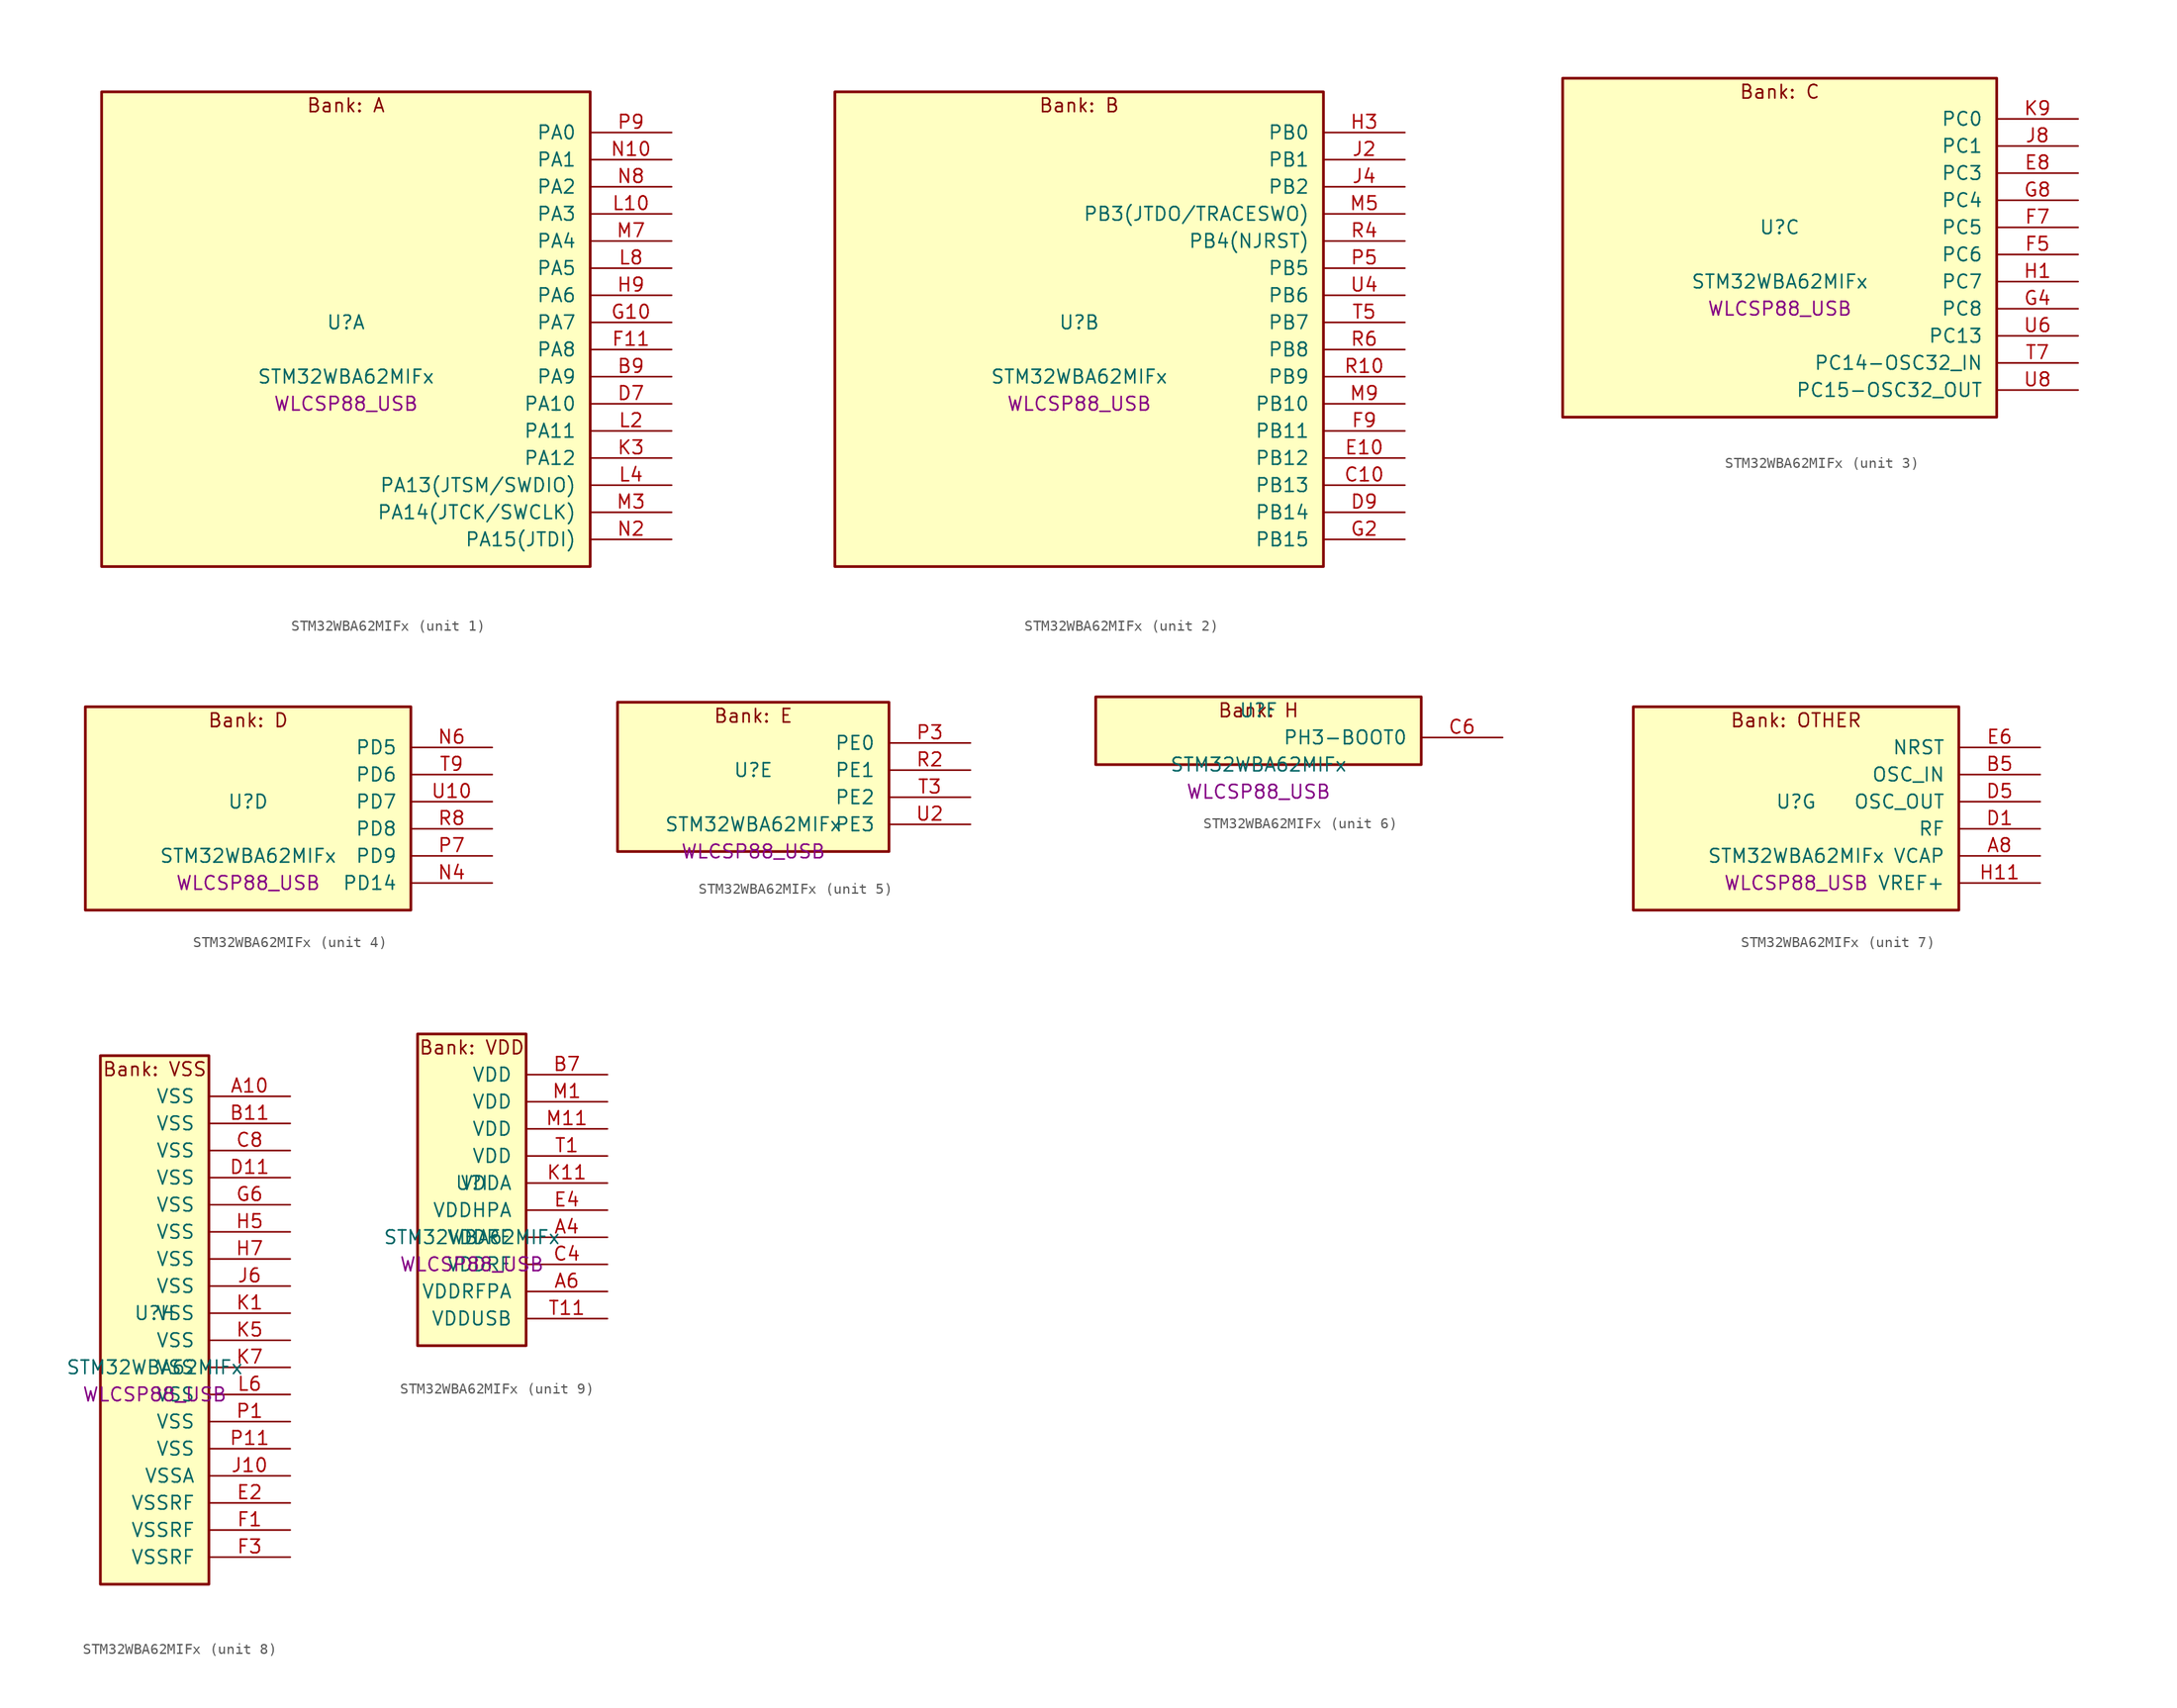
<source format=kicad_sym>
(kicad_symbol_lib
  (version 20241209)
  (generator "stm32_pkl_generator")
  (generator_version "1.0")
  (symbol "STM32WBA62MIFx"
    (pin_names
      (offset 1.27))
    (property "Reference" "U"
      (at 0 2.54 0))
    (property "Value" "STM32WBA62MIFx"
      (at 0 -2.54 0))
    (property "Footprint" "WLCSP88_USB"
      (at 0 -5.08 0))
    (symbol "STM32WBA62MIFx_1_1"
      (rectangle (start -22.86 24.13) (end 22.86 -20.32) (stroke (width 0.254) (type solid)) (fill (type background)))
      (text "Bank: A" (at 0 22.86 0))
      (pin bidirectional line (at 30.48 20.32 180) (length 7.62) (name "PA0") (number "P9") (alternate "PA0/ADC4_IN9" bidirectional line) (alternate "PA0/COMP2_INP" bidirectional line) (alternate "PA0/LPTIM1_IN1" bidirectional line) (alternate "PA0/LPUART1_CTS" bidirectional line) (alternate "PA0/PWR_WKUP1" bidirectional line) (alternate "PA0/SPI3_SCK" bidirectional line) (alternate "PA0/TIM1_CH2N" bidirectional line) (alternate "PA0/TIM3_CH3" bidirectional line) (alternate "PA0/TIM3_ETR" bidirectional line) (alternate "PA0/TSC_G2_IO2" bidirectional line))
      (pin bidirectional line (at 30.48 17.78 180) (length 7.62) (name "PA1") (number "N10") (alternate "PA1/ADC4_IN8" bidirectional line) (alternate "PA1/COMP1_INM" bidirectional line) (alternate "PA1/LPTIM2_CH2" bidirectional line) (alternate "PA1/LPUART1_RX" bidirectional line) (alternate "PA1/PWR_WKUP3" bidirectional line) (alternate "PA1/SAI1_CK1" bidirectional line) (alternate "PA1/SPI1_RDY" bidirectional line) (alternate "PA1/SPI3_MISO" bidirectional line) (alternate "PA1/TIM17_CH1" bidirectional line) (alternate "PA1/TIM1_CH1N" bidirectional line) (alternate "PA1/TIM3_CH2" bidirectional line) (alternate "PA1/TSC_G2_IO1" bidirectional line) (alternate "PA1/USART1_CK" bidirectional line))
      (pin bidirectional line (at 30.48 15.24 180) (length 7.62) (name "PA2") (number "N8") (alternate "PA2/ADC4_IN7" bidirectional line) (alternate "PA2/COMP1_INP" bidirectional line) (alternate "PA2/LPUART1_TX" bidirectional line) (alternate "PA2/PWR_WKUP4" bidirectional line) (alternate "PA2/RCC_LSCO" bidirectional line) (alternate "PA2/SAI1_D1" bidirectional line) (alternate "PA2/TIM16_CH1" bidirectional line) (alternate "PA2/TIM1_BKIN" bidirectional line) (alternate "PA2/TIM3_CH1" bidirectional line) (alternate "PA2/TSC_G4_IO4" bidirectional line) (alternate "PA2/USART1_DE" bidirectional line) (alternate "PA2/USART1_RTS" bidirectional line))
      (pin bidirectional line (at 30.48 12.7 180) (length 7.62) (name "PA3") (number "L10") (alternate "PA3/ADC4_IN6" bidirectional line) (alternate "PA3/PWR_WKUP5" bidirectional line) (alternate "PA3/TIM16_CH1N" bidirectional line) (alternate "PA3/TSC_G4_IO2" bidirectional line) (alternate "PA3/USART1_DE" bidirectional line) (alternate "PA3/USART1_RTS" bidirectional line))
      (pin bidirectional line (at 30.48 10.16 180) (length 7.62) (name "PA4") (number "M7") (alternate "PA4/ADC4_IN5" bidirectional line) (alternate "PA4/AUDIOCLK" bidirectional line) (alternate "PA4/PWR_WKUP2" bidirectional line) (alternate "PA4/TAMP_IN6" bidirectional line) (alternate "PA4/TAMP_OUT3" bidirectional line) (alternate "PA4/TIM16_CH1" bidirectional line) (alternate "PA4/TSC_G4_IO1" bidirectional line) (alternate "PA4/USART1_CTS" bidirectional line))
      (pin bidirectional line (at 30.48 7.62 180) (length 7.62) (name "PA5") (number "L8") (alternate "PA5/ADC4_IN4" bidirectional line) (alternate "PA5/AUDIOCLK" bidirectional line) (alternate "PA5/LPTIM2_ETR" bidirectional line) (alternate "PA5/PWR_CSLEEP" bidirectional line) (alternate "PA5/PWR_WKUP6" bidirectional line) (alternate "PA5/SAI1_D2" bidirectional line) (alternate "PA5/SPI3_NSS" bidirectional line) (alternate "PA5/TIM2_CH1" bidirectional line) (alternate "PA5/TIM2_ETR" bidirectional line) (alternate "PA5/TSC_G1_IO4" bidirectional line) (alternate "PA5/USART1_CK" bidirectional line) (alternate "PA5/USART3_RX" bidirectional line))
      (pin bidirectional line (at 30.48 5.08 180) (length 7.62) (name "PA6") (number "H9") (alternate "PA6/ADC4_IN3" bidirectional line) (alternate "PA6/I2C3_SCL" bidirectional line) (alternate "PA6/PWR_CSTOP" bidirectional line) (alternate "PA6/PWR_WKUP7" bidirectional line) (alternate "PA6/SAI1_CK2" bidirectional line) (alternate "PA6/SAI1_MCLK_A" bidirectional line) (alternate "PA6/SPI3_RDY" bidirectional line) (alternate "PA6/TIM2_CH4" bidirectional line) (alternate "PA6/TSC_G1_IO3" bidirectional line) (alternate "PA6/USART1_DE" bidirectional line) (alternate "PA6/USART1_RTS" bidirectional line) (alternate "PA6/USART3_CTS" bidirectional line))
      (pin bidirectional line (at 30.48 2.54 180) (length 7.62) (name "PA7") (number "G10") (alternate "PA7/ADC4_IN2" bidirectional line) (alternate "PA7/COMP1_OUT" bidirectional line) (alternate "PA7/I2C3_SDA" bidirectional line) (alternate "PA7/PWR_WKUP8" bidirectional line) (alternate "PA7/SAI1_SCK_A" bidirectional line) (alternate "PA7/SPI3_SCK" bidirectional line) (alternate "PA7/TAMP_IN1" bidirectional line) (alternate "PA7/TAMP_OUT2" bidirectional line) (alternate "PA7/TIM2_CH3" bidirectional line) (alternate "PA7/TSC_G1_IO2" bidirectional line) (alternate "PA7/USART1_CTS" bidirectional line) (alternate "PA7/USART3_TX" bidirectional line))
      (pin bidirectional line (at 30.48 0 180) (length 7.62) (name "PA8") (number "F11") (alternate "PA8/ADC4_IN1" bidirectional line) (alternate "PA8/LPTIM1_CH2" bidirectional line) (alternate "PA8/RCC_MCO" bidirectional line) (alternate "PA8/SAI1_FS_A" bidirectional line) (alternate "PA8/SPI3_RDY" bidirectional line) (alternate "PA8/TIM2_CH2" bidirectional line) (alternate "PA8/TSC_G1_IO1" bidirectional line) (alternate "PA8/USART1_RX" bidirectional line) (alternate "PA8/USB_OTG_HS_SOF" bidirectional line))
      (pin bidirectional line (at 30.48 -2.54 180) (length 7.62) (name "PA9") (number "B9") (alternate "PA9/LPUART1_DE" bidirectional line) (alternate "PA9/LPUART1_RTS" bidirectional line) (alternate "PA9/SAI1_CK1" bidirectional line) (alternate "PA9/SPI2_MISO" bidirectional line) (alternate "PA9/SPI2_SCK" bidirectional line) (alternate "PA9/TIM3_CH2" bidirectional line))
      (pin bidirectional line (at 30.48 -5.08 180) (length 7.62) (name "PA10") (number "D7") (alternate "PA10/LPUART1_RX" bidirectional line) (alternate "PA10/SAI1_D1" bidirectional line) (alternate "PA10/SPI2_NSS" bidirectional line) (alternate "PA10/TIM3_CH1" bidirectional line))
      (pin bidirectional line (at 30.48 -7.62 180) (length 7.62) (name "PA11") (number "L2") (alternate "PA11/LPTIM2_CH1" bidirectional line) (alternate "PA11/RF_ANTSW1" bidirectional line) (alternate "PA11/TIM1_CH1" bidirectional line) (alternate "PA11/USART2_RX" bidirectional line))
      (pin bidirectional line (at 30.48 -10.16 180) (length 7.62) (name "PA12") (number "K3") (alternate "PA12/COMP2_OUT" bidirectional line) (alternate "PA12/PTA_STATUS" bidirectional line) (alternate "PA12/PWR_WKUP6" bidirectional line) (alternate "PA12/RF_ANTSW0" bidirectional line) (alternate "PA12/SPI1_NSS" bidirectional line) (alternate "PA12/TIM1_CH2" bidirectional line) (alternate "PA12/TSC_G3_IO4" bidirectional line) (alternate "PA12/USART2_TX" bidirectional line))
      (pin bidirectional line (at 30.48 -12.7 180) (length 7.62) (name "PA13(JTSM/SWDIO)") (number "L4") (alternate "PA13(JTSM/SWDIO)/DEBUG_JTMS-SWDIO" bidirectional line) (alternate "PA13(JTSM/SWDIO)/IR_OUT" bidirectional line) (alternate "PA13(JTSM/SWDIO)/PTA_PRIORITY" bidirectional line))
      (pin bidirectional line (at 30.48 -15.24 180) (length 7.62) (name "PA14(JTCK/SWCLK)") (number "M3") (alternate "PA14(JTCK/SWCLK)/COMP2_OUT" bidirectional line) (alternate "PA14(JTCK/SWCLK)/DEBUG_JTCK-SWCLK" bidirectional line) (alternate "PA14(JTCK/SWCLK)/I2C4_SMBA" bidirectional line) (alternate "PA14(JTCK/SWCLK)/PTA_STATUS" bidirectional line) (alternate "PA14(JTCK/SWCLK)/TAMP_IN3" bidirectional line) (alternate "PA14(JTCK/SWCLK)/TAMP_OUT6" bidirectional line) (alternate "PA14(JTCK/SWCLK)/USART2_TX" bidirectional line) (alternate "PA14(JTCK/SWCLK)/USB_OTG_HS_SOF" bidirectional line))
      (pin bidirectional line (at 30.48 -17.78 180) (length 7.62) (name "PA15(JTDI)") (number "N2") (alternate "PA15(JTDI)/ADC4_EXTI15" bidirectional line) (alternate "PA15(JTDI)/DEBUG_JTDI" bidirectional line) (alternate "PA15(JTDI)/I2C1_SCL" bidirectional line) (alternate "PA15(JTDI)/LPTIM1_CH2" bidirectional line) (alternate "PA15(JTDI)/PTA_STATUS" bidirectional line) (alternate "PA15(JTDI)/SPI1_MOSI" bidirectional line) (alternate "PA15(JTDI)/TIM17_BKIN" bidirectional line) (alternate "PA15(JTDI)/TIM1_ETR" bidirectional line) (alternate "PA15(JTDI)/TSC_G3_IO3" bidirectional line) (alternate "PA15(JTDI)/USART2_DE" bidirectional line) (alternate "PA15(JTDI)/USART2_RTS" bidirectional line) (alternate "PA15(JTDI)/USART3_DE" bidirectional line) (alternate "PA15(JTDI)/USART3_RTS" bidirectional line)))
    (symbol "STM32WBA62MIFx_2_1"
      (rectangle (start -22.86 24.13) (end 22.86 -20.32) (stroke (width 0.254) (type solid)) (fill (type background)))
      (text "Bank: B" (at 0 22.86 0))
      (pin bidirectional line (at 30.48 20.32 180) (length 7.62) (name "PB0") (number "H3") (alternate "PB0/LPTIM2_IN2" bidirectional line) (alternate "PB0/SPI2_MOSI" bidirectional line) (alternate "PB0/TIM1_CH3N" bidirectional line) (alternate "PB0/USART2_TX" bidirectional line) (alternate "PB0/USART3_CK" bidirectional line))
      (pin bidirectional line (at 30.48 17.78 180) (length 7.62) (name "PB1") (number "J2") (alternate "PB1/I2C1_SDA" bidirectional line) (alternate "PB1/I2C3_SDA" bidirectional line) (alternate "PB1/PWR_WKUP4" bidirectional line) (alternate "PB1/TIM1_CH2N" bidirectional line) (alternate "PB1/USART2_DE" bidirectional line) (alternate "PB1/USART2_RTS" bidirectional line) (alternate "PB1/USART3_DE" bidirectional line) (alternate "PB1/USART3_RTS" bidirectional line))
      (pin bidirectional line (at 30.48 15.24 180) (length 7.62) (name "PB2") (number "J4") (alternate "PB2/I2C1_SCL" bidirectional line) (alternate "PB2/I2C3_SCL" bidirectional line) (alternate "PB2/PWR_WKUP1" bidirectional line) (alternate "PB2/RF_ANTSW2" bidirectional line) (alternate "PB2/RTC_OUT2" bidirectional line) (alternate "PB2/TIM1_CH1N" bidirectional line) (alternate "PB2/USART2_CTS" bidirectional line))
      (pin bidirectional line (at 30.48 12.7 180) (length 7.62) (name "PB3(JTDO/TRACESWO)") (number "M5") (alternate "PB3(JTDO/TRACESWO)/DEBUG_JTDO-SWO" bidirectional line) (alternate "PB3(JTDO/TRACESWO)/I2C1_SDA" bidirectional line) (alternate "PB3(JTDO/TRACESWO)/LPTIM1_IN2" bidirectional line) (alternate "PB3(JTDO/TRACESWO)/PTA_ACTIVE" bidirectional line) (alternate "PB3(JTDO/TRACESWO)/SPI1_MISO" bidirectional line) (alternate "PB3(JTDO/TRACESWO)/TIM17_CH1N" bidirectional line) (alternate "PB3(JTDO/TRACESWO)/TIM1_CH4" bidirectional line) (alternate "PB3(JTDO/TRACESWO)/TSC_G3_IO2" bidirectional line) (alternate "PB3(JTDO/TRACESWO)/USART2_CK" bidirectional line))
      (pin bidirectional line (at 30.48 10.16 180) (length 7.62) (name "PB4(NJRST)") (number "R4") (alternate "PB4(NJRST)/DEBUG_NJTRST" bidirectional line) (alternate "PB4(NJRST)/LPTIM2_IN2" bidirectional line) (alternate "PB4(NJRST)/PTA_ACTIVE" bidirectional line) (alternate "PB4(NJRST)/PTA_PRIORITY" bidirectional line) (alternate "PB4(NJRST)/SAI1_MCLK_B" bidirectional line) (alternate "PB4(NJRST)/SPI1_SCK" bidirectional line) (alternate "PB4(NJRST)/TIM17_CH1" bidirectional line) (alternate "PB4(NJRST)/TIM1_CH3" bidirectional line) (alternate "PB4(NJRST)/TSC_G3_IO1" bidirectional line) (alternate "PB4(NJRST)/USART2_RX" bidirectional line))
      (pin bidirectional line (at 30.48 7.62 180) (length 7.62) (name "PB5") (number "P5") (alternate "PB5/LPUART1_TX" bidirectional line) (alternate "PB5/SAI1_D2" bidirectional line) (alternate "PB5/SAI1_FS_B" bidirectional line) (alternate "PB5/TIM3_CH1" bidirectional line) (alternate "PB5/TSC_G5_IO4" bidirectional line))
      (pin bidirectional line (at 30.48 5.08 180) (length 7.62) (name "PB6") (number "U4") (alternate "PB6/PWR_WKUP3" bidirectional line) (alternate "PB6/SAI1_SCK_B" bidirectional line) (alternate "PB6/TIM2_CH1" bidirectional line) (alternate "PB6/TIM2_ETR" bidirectional line) (alternate "PB6/TIM4_CH1" bidirectional line) (alternate "PB6/TSC_G5_IO3" bidirectional line))
      (pin bidirectional line (at 30.48 2.54 180) (length 7.62) (name "PB7") (number "T5") (alternate "PB7/PWR_WKUP5" bidirectional line) (alternate "PB7/SAI1_SD_B" bidirectional line) (alternate "PB7/TAMP_IN5" bidirectional line) (alternate "PB7/TAMP_OUT4" bidirectional line) (alternate "PB7/TIM1_CH4N" bidirectional line) (alternate "PB7/TIM4_CH2" bidirectional line) (alternate "PB7/TSC_G5_IO2" bidirectional line))
      (pin bidirectional line (at 30.48 0 180) (length 7.62) (name "PB8") (number "R6") (alternate "PB8/COMP1_OUT" bidirectional line) (alternate "PB8/LPTIM1_ETR" bidirectional line) (alternate "PB8/PWR_PVD_IN" bidirectional line) (alternate "PB8/SPI3_MOSI" bidirectional line) (alternate "PB8/TIM16_CH1N" bidirectional line) (alternate "PB8/TIM1_CH1" bidirectional line) (alternate "PB8/TIM3_ETR" bidirectional line) (alternate "PB8/TIM4_CH3" bidirectional line) (alternate "PB8/TSC_G2_IO4" bidirectional line) (alternate "PB8/USART2_RX" bidirectional line))
      (pin bidirectional line (at 30.48 -2.54 180) (length 7.62) (name "PB9") (number "R10") (alternate "PB9/ADC4_IN10" bidirectional line) (alternate "PB9/COMP2_INM" bidirectional line) (alternate "PB9/IR_OUT" bidirectional line) (alternate "PB9/LPTIM2_IN1" bidirectional line) (alternate "PB9/LPUART1_DE" bidirectional line) (alternate "PB9/LPUART1_RTS" bidirectional line) (alternate "PB9/PWR_WKUP8" bidirectional line) (alternate "PB9/SPI2_NSS" bidirectional line) (alternate "PB9/SPI3_MISO" bidirectional line) (alternate "PB9/TIM16_CH1" bidirectional line) (alternate "PB9/TIM1_CH3N" bidirectional line) (alternate "PB9/TIM3_CH4" bidirectional line) (alternate "PB9/TIM4_CH4" bidirectional line) (alternate "PB9/TSC_G2_IO3" bidirectional line))
      (pin bidirectional line (at 30.48 -5.08 180) (length 7.62) (name "PB10") (number "M9") (alternate "PB10/I2C2_SCL" bidirectional line) (alternate "PB10/I2C4_SCL" bidirectional line) (alternate "PB10/SPI2_SCK" bidirectional line) (alternate "PB10/TIM16_BKIN" bidirectional line) (alternate "PB10/TSC_G4_IO3" bidirectional line) (alternate "PB10/USART1_CK" bidirectional line) (alternate "PB10/USART3_TX" bidirectional line))
      (pin bidirectional line (at 30.48 -7.62 180) (length 7.62) (name "PB11") (number "F9") (alternate "PB11/I2C2_SDA" bidirectional line) (alternate "PB11/I2C4_SDA" bidirectional line) (alternate "PB11/LPTIM1_CH1" bidirectional line) (alternate "PB11/LPTIM1_ETR" bidirectional line) (alternate "PB11/LPUART1_TX" bidirectional line) (alternate "PB11/SPI2_RDY" bidirectional line) (alternate "PB11/USART3_RX" bidirectional line))
      (pin bidirectional line (at 30.48 -10.16 180) (length 7.62) (name "PB12") (number "E10") (alternate "PB12/I2C2_SMBA" bidirectional line) (alternate "PB12/SAI1_SD_A" bidirectional line) (alternate "PB12/SPI1_RDY" bidirectional line) (alternate "PB12/SPI2_NSS" bidirectional line) (alternate "PB12/TIM2_CH1" bidirectional line) (alternate "PB12/TIM2_ETR" bidirectional line) (alternate "PB12/TIM3_ETR" bidirectional line) (alternate "PB12/TSC_SYNC" bidirectional line) (alternate "PB12/USART1_TX" bidirectional line) (alternate "PB12/USART3_CK" bidirectional line))
      (pin bidirectional line (at 30.48 -12.7 180) (length 7.62) (name "PB13") (number "C10") (alternate "PB13/I2C2_SCL" bidirectional line) (alternate "PB13/SPI2_SCK" bidirectional line) (alternate "PB13/TIM3_CH4" bidirectional line) (alternate "PB13/TSC_G6_IO2" bidirectional line) (alternate "PB13/USART3_CTS" bidirectional line))
      (pin bidirectional line (at 30.48 -15.24 180) (length 7.62) (name "PB14") (number "D9") (alternate "PB14/I2C2_SDA" bidirectional line) (alternate "PB14/PWR_WKUP7" bidirectional line) (alternate "PB14/RTC_REFIN" bidirectional line) (alternate "PB14/SAI1_SD_A" bidirectional line) (alternate "PB14/SPI2_MISO" bidirectional line) (alternate "PB14/TIM3_CH3" bidirectional line) (alternate "PB14/TSC_G6_IO1" bidirectional line) (alternate "PB14/USART1_TX" bidirectional line) (alternate "PB14/USART3_DE" bidirectional line) (alternate "PB14/USART3_RTS" bidirectional line))
      (pin bidirectional line (at 30.48 -17.78 180) (length 7.62) (name "PB15") (number "G2") (alternate "PB15/ADC4_EXTI15" bidirectional line) (alternate "PB15/I2C1_SMBA" bidirectional line) (alternate "PB15/I2C3_SMBA" bidirectional line) (alternate "PB15/LPUART1_CTS" bidirectional line) (alternate "PB15/PTA_GRANT" bidirectional line) (alternate "PB15/RF_EXTPABYP" bidirectional line) (alternate "PB15/TIM16_BKIN" bidirectional line) (alternate "PB15/TIM1_BKIN2" bidirectional line) (alternate "PB15/USART2_CTS" bidirectional line)))
    (symbol "STM32WBA62MIFx_3_1"
      (rectangle (start -20.32 16.51) (end 20.32 -15.24) (stroke (width 0.254) (type solid)) (fill (type background)))
      (text "Bank: C" (at 0 15.24 0))
      (pin bidirectional line (at 27.94 12.7 180) (length 7.62) (name "PC0") (number "K9") (alternate "PC0/I2C3_SCL" bidirectional line) (alternate "PC0/LPTIM1_IN1" bidirectional line) (alternate "PC0/LPTIM2_IN1" bidirectional line) (alternate "PC0/LPUART1_RX" bidirectional line) (alternate "PC0/SPI2_RDY" bidirectional line))
      (pin bidirectional line (at 27.94 10.16 180) (length 7.62) (name "PC1") (number "J8") (alternate "PC1/I2C3_SDA" bidirectional line) (alternate "PC1/LPTIM1_CH1" bidirectional line) (alternate "PC1/LPUART1_TX" bidirectional line) (alternate "PC1/SAI1_SD_A" bidirectional line) (alternate "PC1/SPI2_MOSI" bidirectional line))
      (pin bidirectional line (at 27.94 7.62 180) (length 7.62) (name "PC3") (number "E8") (alternate "PC3/LPTIM1_ETR" bidirectional line) (alternate "PC3/LPTIM2_ETR" bidirectional line) (alternate "PC3/SAI1_D1" bidirectional line) (alternate "PC3/SAI1_SD_A" bidirectional line) (alternate "PC3/SPI2_MOSI" bidirectional line) (alternate "PC3/SPI3_MOSI" bidirectional line) (alternate "PC3/TIM3_CH1" bidirectional line))
      (pin bidirectional line (at 27.94 5.08 180) (length 7.62) (name "PC4") (number "G8") (alternate "PC4/LPTIM2_CH2" bidirectional line) (alternate "PC4/SAI1_D2" bidirectional line) (alternate "PC4/SAI1_FS_A" bidirectional line) (alternate "PC4/SPI3_MISO" bidirectional line) (alternate "PC4/TIM3_CH2" bidirectional line) (alternate "PC4/USART3_TX" bidirectional line))
      (pin bidirectional line (at 27.94 2.54 180) (length 7.62) (name "PC5") (number "F7") (alternate "PC5/SAI1_D3" bidirectional line) (alternate "PC5/SAI1_SD_B" bidirectional line) (alternate "PC5/TIM1_CH4N" bidirectional line) (alternate "PC5/USART3_RX" bidirectional line))
      (pin bidirectional line (at 27.94 0 180) (length 7.62) (name "PC6") (number "F5") (alternate "PC6/PWR_CSLEEP" bidirectional line) (alternate "PC6/TIM3_CH1" bidirectional line))
      (pin bidirectional line (at 27.94 -2.54 180) (length 7.62) (name "PC7") (number "H1") (alternate "PC7/LPTIM2_CH2" bidirectional line) (alternate "PC7/PWR_CSTOP" bidirectional line) (alternate "PC7/TIM3_CH2" bidirectional line) (alternate "PC7/USART2_DE" bidirectional line) (alternate "PC7/USART2_RTS" bidirectional line))
      (pin bidirectional line (at 27.94 -5.08 180) (length 7.62) (name "PC8") (number "G4") (alternate "PC8/TIM3_CH3" bidirectional line) (alternate "PC8/USART2_RX" bidirectional line))
      (pin bidirectional line (at 27.94 -7.62 180) (length 7.62) (name "PC13") (number "U6") (alternate "PC13/PWR_WKUP2" bidirectional line) (alternate "PC13/RTC_OUT1" bidirectional line) (alternate "PC13/RTC_TS" bidirectional line) (alternate "PC13/TAMP_IN4" bidirectional line) (alternate "PC13/TAMP_OUT5" bidirectional line) (alternate "PC13/TIM1_BKIN2" bidirectional line) (alternate "PC13/TSC_G5_IO1" bidirectional line))
      (pin bidirectional line (at 27.94 -10.16 180) (length 7.62) (name "PC14-OSC32_IN") (number "T7") (alternate "PC14-OSC32_IN/RCC_OSC32_IN" bidirectional line))
      (pin bidirectional line (at 27.94 -12.7 180) (length 7.62) (name "PC15-OSC32_OUT") (number "U8") (alternate "PC15-OSC32_OUT/ADC4_EXTI15" bidirectional line) (alternate "PC15-OSC32_OUT/RCC_OSC32_OUT" bidirectional line)))
    (symbol "STM32WBA62MIFx_4_1"
      (rectangle (start -15.24 11.43) (end 15.24 -7.62) (stroke (width 0.254) (type solid)) (fill (type background)))
      (text "Bank: D" (at 0 10.16 0))
      (pin bidirectional line (at 22.86 7.62 180) (length 7.62) (name "PD5") (number "N6") (alternate "PD5/SAI1_D1" bidirectional line) (alternate "PD5/SAI1_SD_A" bidirectional line) (alternate "PD5/SPI3_MOSI" bidirectional line) (alternate "PD5/USART2_RX" bidirectional line))
      (pin bidirectional line (at 22.86 5.08 180) (length 7.62) (name "PD6") (number "T9") (alternate "PD6/USB_OTG_HS_DP" bidirectional line))
      (pin bidirectional line (at 22.86 2.54 180) (length 7.62) (name "PD7") (number "U10") (alternate "PD7/USB_OTG_HS_DM" bidirectional line))
      (pin bidirectional line (at 22.86 0 180) (length 7.62) (name "PD8") (number "R8") (alternate "PD8/USART2_CK" bidirectional line) (alternate "PD8/USB_OTG_HS_ID" bidirectional line))
      (pin bidirectional line (at 22.86 -2.54 180) (length 7.62) (name "PD9") (number "P7") (alternate "PD9/USART2_TX" bidirectional line) (alternate "PD9/USART3_TX" bidirectional line) (alternate "PD9/USB_OTG_HS_VBUS" bidirectional line))
      (pin bidirectional line (at 22.86 -5.08 180) (length 7.62) (name "PD14") (number "N4") (alternate "PD14/DEBUG_TRACED3" bidirectional line) (alternate "PD14/TIM4_CH3" bidirectional line)))
    (symbol "STM32WBA62MIFx_5_1"
      (rectangle (start -12.7 8.89) (end 12.7 -5.08) (stroke (width 0.254) (type solid)) (fill (type background)))
      (text "Bank: E" (at 0 7.62 0))
      (pin bidirectional line (at 20.32 5.08 180) (length 7.62) (name "PE0") (number "P3") (alternate "PE0/DEBUG_TRACECLK" bidirectional line) (alternate "PE0/TIM16_CH1" bidirectional line) (alternate "PE0/TIM4_ETR" bidirectional line) (alternate "PE0/TSC_G7_IO4" bidirectional line))
      (pin bidirectional line (at 20.32 2.54 180) (length 7.62) (name "PE1") (number "R2") (alternate "PE1/DEBUG_TRACED0" bidirectional line) (alternate "PE1/TIM17_CH1" bidirectional line) (alternate "PE1/TSC_G7_IO3" bidirectional line))
      (pin bidirectional line (at 20.32 0 180) (length 7.62) (name "PE2") (number "T3") (alternate "PE2/DEBUG_TRACED1" bidirectional line) (alternate "PE2/SAI1_CK1" bidirectional line) (alternate "PE2/SAI1_MCLK_A" bidirectional line) (alternate "PE2/TIM3_ETR" bidirectional line) (alternate "PE2/TSC_G7_IO2" bidirectional line))
      (pin bidirectional line (at 20.32 -2.54 180) (length 7.62) (name "PE3") (number "U2") (alternate "PE3/DEBUG_TRACED2" bidirectional line) (alternate "PE3/SAI1_SD_B" bidirectional line) (alternate "PE3/TIM3_CH1" bidirectional line) (alternate "PE3/TSC_G7_IO1" bidirectional line)))
    (symbol "STM32WBA62MIFx_6_1"
      (rectangle (start -15.24 3.81) (end 15.24 -2.54) (stroke (width 0.254) (type solid)) (fill (type background)))
      (text "Bank: H" (at 0 2.54 0))
      (pin bidirectional line (at 22.86 0 180) (length 7.62) (name "PH3-BOOT0") (number "C6") (alternate "PH3-BOOT0/PTA_GRANT" bidirectional line) (alternate "PH3-BOOT0/RF_EXTPABYP" bidirectional line) (alternate "PH3-BOOT0/TAMP_IN2" bidirectional line) (alternate "PH3-BOOT0/TAMP_OUT1" bidirectional line)))
    (symbol "STM32WBA62MIFx_7_1"
      (rectangle (start -15.24 11.43) (end 15.24 -7.62) (stroke (width 0.254) (type solid)) (fill (type background)))
      (text "Bank: OTHER" (at 0 10.16 0))
      (pin input line (at 22.86 7.62 180) (length 7.62) (name "NRST") (number "E6"))
      (pin bidirectional line (at 22.86 5.08 180) (length 7.62) (name "OSC_IN") (number "B5") (alternate "OSC_IN/RCC_OSC_IN" bidirectional line))
      (pin bidirectional line (at 22.86 2.54 180) (length 7.62) (name "OSC_OUT") (number "D5") (alternate "OSC_OUT/RCC_OSC_OUT" bidirectional line))
      (pin bidirectional line (at 22.86 0 180) (length 7.62) (name "RF") (number "D1"))
      (pin power_in line (at 22.86 -2.54 180) (length 7.62) (name "VCAP") (number "A8"))
      (pin bidirectional line (at 22.86 -5.08 180) (length 7.62) (name "VREF+") (number "H11")))
    (symbol "STM32WBA62MIFx_8_1"
      (rectangle (start -5.08 26.67) (end 5.08 -22.86) (stroke (width 0.254) (type solid)) (fill (type background)))
      (text "Bank: VSS" (at 0 25.4 0))
      (pin power_in line (at 12.7 22.86 180) (length 7.62) (name "VSS") (number "A10"))
      (pin power_in line (at 12.7 20.32 180) (length 7.62) (name "VSS") (number "B11"))
      (pin power_in line (at 12.7 17.78 180) (length 7.62) (name "VSS") (number "C8"))
      (pin power_in line (at 12.7 15.24 180) (length 7.62) (name "VSS") (number "D11"))
      (pin power_in line (at 12.7 12.7 180) (length 7.62) (name "VSS") (number "G6"))
      (pin power_in line (at 12.7 10.16 180) (length 7.62) (name "VSS") (number "H5"))
      (pin power_in line (at 12.7 7.62 180) (length 7.62) (name "VSS") (number "H7"))
      (pin power_in line (at 12.7 5.08 180) (length 7.62) (name "VSS") (number "J6"))
      (pin power_in line (at 12.7 2.54 180) (length 7.62) (name "VSS") (number "K1"))
      (pin power_in line (at 12.7 0 180) (length 7.62) (name "VSS") (number "K5"))
      (pin power_in line (at 12.7 -2.54 180) (length 7.62) (name "VSS") (number "K7"))
      (pin power_in line (at 12.7 -5.08 180) (length 7.62) (name "VSS") (number "L6"))
      (pin power_in line (at 12.7 -7.62 180) (length 7.62) (name "VSS") (number "P1"))
      (pin power_in line (at 12.7 -10.16 180) (length 7.62) (name "VSS") (number "P11"))
      (pin power_in line (at 12.7 -12.7 180) (length 7.62) (name "VSSA") (number "J10"))
      (pin power_in line (at 12.7 -15.24 180) (length 7.62) (name "VSSRF") (number "E2"))
      (pin power_in line (at 12.7 -17.78 180) (length 7.62) (name "VSSRF") (number "F1"))
      (pin power_in line (at 12.7 -20.32 180) (length 7.62) (name "VSSRF") (number "F3")))
    (symbol "STM32WBA62MIFx_9_1"
      (rectangle (start -5.08 16.51) (end 5.08 -12.7) (stroke (width 0.254) (type solid)) (fill (type background)))
      (text "Bank: VDD" (at 0 15.24 0))
      (pin power_in line (at 12.7 12.7 180) (length 7.62) (name "VDD") (number "B7"))
      (pin power_in line (at 12.7 10.16 180) (length 7.62) (name "VDD") (number "M1"))
      (pin power_in line (at 12.7 7.62 180) (length 7.62) (name "VDD") (number "M11"))
      (pin power_in line (at 12.7 5.08 180) (length 7.62) (name "VDD") (number "T1"))
      (pin power_in line (at 12.7 2.54 180) (length 7.62) (name "VDDA") (number "K11"))
      (pin power_in line (at 12.7 0 180) (length 7.62) (name "VDDHPA") (number "E4"))
      (pin power_in line (at 12.7 -2.54 180) (length 7.62) (name "VDDRF") (number "A4"))
      (pin power_in line (at 12.7 -5.08 180) (length 7.62) (name "VDDRF") (number "C4"))
      (pin power_in line (at 12.7 -7.62 180) (length 7.62) (name "VDDRFPA") (number "A6"))
      (pin power_in line (at 12.7 -10.16 180) (length 7.62) (name "VDDUSB") (number "T11")))))
</source>
